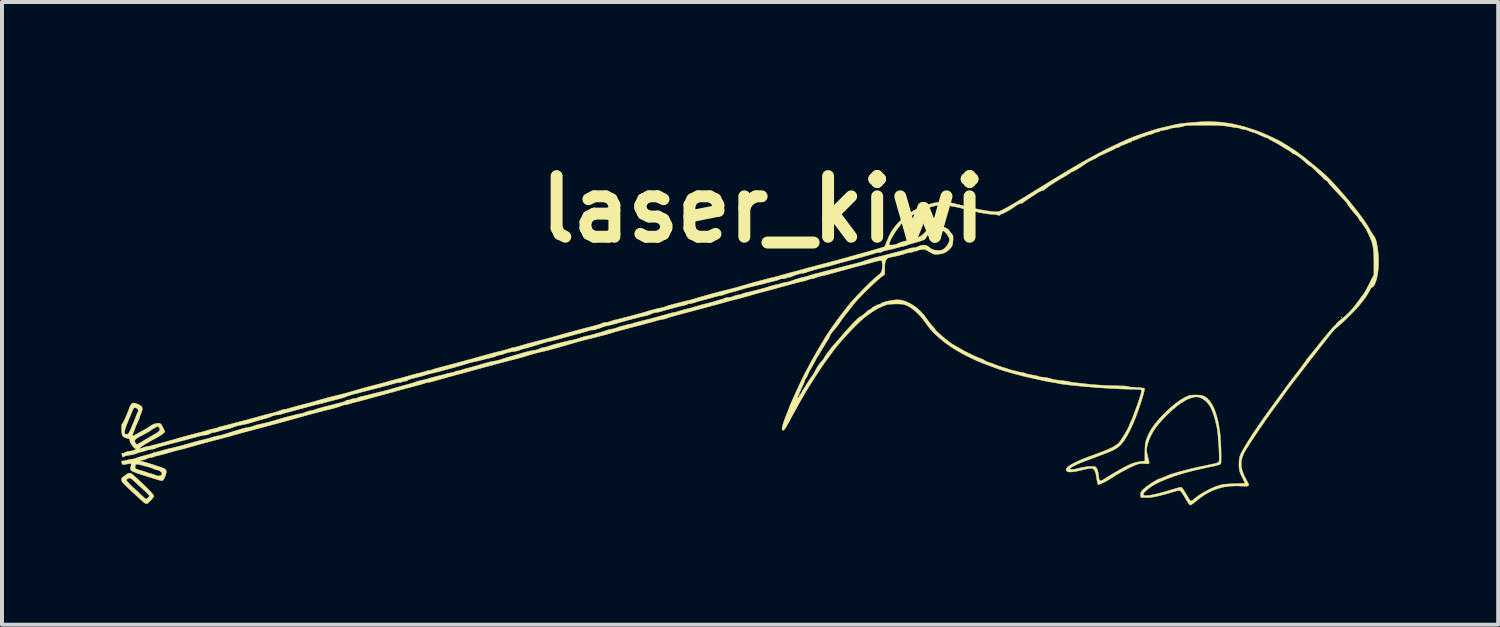
<source format=kicad_pcb>
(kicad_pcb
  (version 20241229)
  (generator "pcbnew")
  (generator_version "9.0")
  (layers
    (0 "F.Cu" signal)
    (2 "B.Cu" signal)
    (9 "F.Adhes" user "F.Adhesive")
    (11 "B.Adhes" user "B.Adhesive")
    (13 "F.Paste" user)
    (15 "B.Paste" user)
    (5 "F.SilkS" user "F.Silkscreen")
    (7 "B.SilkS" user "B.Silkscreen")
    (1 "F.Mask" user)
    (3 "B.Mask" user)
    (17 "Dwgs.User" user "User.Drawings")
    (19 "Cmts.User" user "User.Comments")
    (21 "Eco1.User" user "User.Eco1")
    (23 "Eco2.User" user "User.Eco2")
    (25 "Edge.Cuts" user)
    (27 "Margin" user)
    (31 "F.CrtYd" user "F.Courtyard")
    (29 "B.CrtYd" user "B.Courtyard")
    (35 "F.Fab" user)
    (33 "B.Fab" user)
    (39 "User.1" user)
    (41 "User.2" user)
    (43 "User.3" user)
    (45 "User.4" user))
  (footprint "laser_kiwi"
    (layer "F.Cu")
    (at 16.126 2.21)
    (property "Reference" "laser_kiwi" (at 0 0 0) (layer "F.SilkS") (effects (font (size 1.524 1.524) (thickness 0.3))))
    (attr through_hole)
    (fp_poly (pts (xy 0.914 4.665) (xy 0.906 4.674) (xy 0.897 4.665) (xy 0.906 4.657) (xy 0.914 4.665)) (stroke (width 0.01) (type solid)) (fill yes) (layer "F.SilkS"))
    (fp_poly (pts (xy 14.546 2.718) (xy 14.537 2.726) (xy 14.529 2.718) (xy 14.537 2.709) (xy 14.546 2.718)) (stroke (width 0.01) (type solid)) (fill yes) (layer "F.SilkS"))
    (fp_poly (pts (xy -15.892 6.635) (xy -15.88 6.637) (xy -15.864 6.648) (xy -15.828 6.678) (xy -15.78 6.72) (xy -15.745 6.752) (xy -15.622 6.867) (xy -15.517 6.968) (xy -15.432 7.054) (xy -15.368 7.122) (xy -15.326 7.172) (xy -15.308 7.202) (xy -15.308 7.205) (xy -15.319 7.23) (xy -15.348 7.268) (xy -15.386 7.311) (xy -15.427 7.353) (xy -15.464 7.385) (xy -15.488 7.399) (xy -15.49 7.399) (xy -15.515 7.392) (xy -15.529 7.386) (xy -15.55 7.371) (xy -15.591 7.337) (xy -15.647 7.288) (xy -15.714 7.227) (xy -15.775 7.171) (xy -15.876 7.077) (xy -15.955 7.003) (xy -16.015 6.945) (xy -16.059 6.903) (xy -16.088 6.871) (xy -16.106 6.848) (xy -16.116 6.831) (xy -16.12 6.815) (xy -16.12 6.803) (xy -16.009 6.803) (xy -15.943 6.877) (xy -15.89 6.933) (xy -15.829 6.992) (xy -15.8 7.019) (xy -15.748 7.065) (xy -15.686 7.123) (xy -15.625 7.18) (xy -15.621 7.184) (xy -15.573 7.228) (xy -15.535 7.262) (xy -15.513 7.28) (xy -15.51 7.281) (xy -15.491 7.273) (xy -15.464 7.255) (xy -15.436 7.227) (xy -15.426 7.204) (xy -15.427 7.194) (xy -15.431 7.183) (xy -15.442 7.168) (xy -15.464 7.145) (xy -15.5 7.111) (xy -15.553 7.062) (xy -15.626 6.994) (xy -15.646 6.977) (xy -15.71 6.918) (xy -15.767 6.865) (xy -15.813 6.823) (xy -15.839 6.797) (xy -15.839 6.797) (xy -15.888 6.759) (xy -15.931 6.752) (xy -15.971 6.772) (xy -16.009 6.803) (xy -16.12 6.803) (xy -16.121 6.8) (xy -16.121 6.792) (xy -16.117 6.756) (xy -16.107 6.74) (xy -16.107 6.739) (xy -16.087 6.729) (xy -16.051 6.703) (xy -16.025 6.681) (xy -15.977 6.647) (xy -15.937 6.63) (xy -15.924 6.629) (xy -15.892 6.635)) (stroke (width 0.01) (type solid)) (fill yes) (layer "F.SilkS"))
    (fp_poly (pts (xy 11.487 -2.192) (xy 11.78 -2.151) (xy 12.078 -2.081) (xy 12.386 -1.981) (xy 12.463 -1.952) (xy 12.547 -1.918) (xy 12.643 -1.877) (xy 12.742 -1.832) (xy 12.839 -1.787) (xy 12.924 -1.745) (xy 12.991 -1.711) (xy 13.022 -1.693) (xy 13.047 -1.678) (xy 13.093 -1.65) (xy 13.153 -1.613) (xy 13.191 -1.59) (xy 13.382 -1.466) (xy 13.589 -1.313) (xy 13.778 -1.16) (xy 13.848 -1.101) (xy 13.916 -1.045) (xy 13.973 -0.998) (xy 14.009 -0.969) (xy 14.095 -0.895) (xy 14.196 -0.798) (xy 14.309 -0.682) (xy 14.429 -0.551) (xy 14.554 -0.41) (xy 14.679 -0.263) (xy 14.802 -0.115) (xy 14.918 0.031) (xy 15.023 0.169) (xy 15.114 0.296) (xy 15.188 0.408) (xy 15.232 0.483) (xy 15.267 0.544) (xy 15.299 0.597) (xy 15.323 0.632) (xy 15.325 0.635) (xy 15.361 0.685) (xy 15.39 0.746) (xy 15.414 0.823) (xy 15.433 0.921) (xy 15.45 1.044) (xy 15.46 1.136) (xy 15.467 1.263) (xy 15.466 1.394) (xy 15.456 1.521) (xy 15.44 1.642) (xy 15.417 1.75) (xy 15.389 1.841) (xy 15.357 1.909) (xy 15.321 1.95) (xy 15.311 1.956) (xy 15.283 1.972) (xy 15.274 1.982) (xy 15.266 2) (xy 15.244 2.039) (xy 15.215 2.089) (xy 15.183 2.142) (xy 15.154 2.19) (xy 15.131 2.224) (xy 15.123 2.235) (xy 15.108 2.252) (xy 15.08 2.289) (xy 15.041 2.34) (xy 15.025 2.362) (xy 14.981 2.417) (xy 14.917 2.488) (xy 14.839 2.57) (xy 14.753 2.658) (xy 14.664 2.746) (xy 14.578 2.829) (xy 14.5 2.899) (xy 14.437 2.953) (xy 14.425 2.962) (xy 14.368 3.012) (xy 14.311 3.072) (xy 14.291 3.097) (xy 14.261 3.135) (xy 14.215 3.194) (xy 14.157 3.268) (xy 14.093 3.35) (xy 14.037 3.42) (xy 13.956 3.522) (xy 13.864 3.64) (xy 13.77 3.762) (xy 13.683 3.874) (xy 13.648 3.92) (xy 13.577 4.014) (xy 13.502 4.111) (xy 13.43 4.204) (xy 13.368 4.283) (xy 13.335 4.326) (xy 13.275 4.403) (xy 13.213 4.485) (xy 13.158 4.561) (xy 13.132 4.597) (xy 13.086 4.662) (xy 13.028 4.742) (xy 12.967 4.825) (xy 12.929 4.877) (xy 12.886 4.935) (xy 12.844 4.992) (xy 12.8 5.053) (xy 12.75 5.123) (xy 12.691 5.207) (xy 12.619 5.309) (xy 12.548 5.412) (xy 12.48 5.509) (xy 12.41 5.614) (xy 12.339 5.72) (xy 12.271 5.824) (xy 12.209 5.92) (xy 12.156 6.003) (xy 12.116 6.069) (xy 12.091 6.112) (xy 12.09 6.114) (xy 12.042 6.227) (xy 12.017 6.335) (xy 12.015 6.444) (xy 12.038 6.558) (xy 12.084 6.682) (xy 12.156 6.822) (xy 12.185 6.87) (xy 12.204 6.915) (xy 12.198 6.944) (xy 12.163 6.958) (xy 12.099 6.959) (xy 12.087 6.958) (xy 11.898 6.95) (xy 11.726 6.957) (xy 11.574 6.979) (xy 11.498 6.997) (xy 11.367 7.04) (xy 11.255 7.084) (xy 11.153 7.137) (xy 11.052 7.202) (xy 10.941 7.284) (xy 10.878 7.335) (xy 10.823 7.379) (xy 10.777 7.412) (xy 10.746 7.431) (xy 10.738 7.434) (xy 10.719 7.42) (xy 10.69 7.386) (xy 10.662 7.345) (xy 10.622 7.28) (xy 10.58 7.212) (xy 10.56 7.177) (xy 10.522 7.116) (xy 10.492 7.081) (xy 10.459 7.067) (xy 10.416 7.071) (xy 10.367 7.084) (xy 10.2 7.133) (xy 10.062 7.171) (xy 9.947 7.2) (xy 9.852 7.221) (xy 9.772 7.235) (xy 9.704 7.243) (xy 9.643 7.245) (xy 9.617 7.244) (xy 9.491 7.239) (xy 9.486 7.173) (xy 9.485 7.137) (xy 9.493 7.109) (xy 9.514 7.078) (xy 9.555 7.037) (xy 9.576 7.017) (xy 9.621 6.979) (xy 9.68 6.935) (xy 9.748 6.888) (xy 9.816 6.845) (xy 9.879 6.808) (xy 9.928 6.783) (xy 9.956 6.773) (xy 9.979 6.767) (xy 10.025 6.749) (xy 10.088 6.723) (xy 10.16 6.692) (xy 10.168 6.688) (xy 10.233 6.664) (xy 10.326 6.634) (xy 10.442 6.6) (xy 10.575 6.565) (xy 10.721 6.528) (xy 10.873 6.492) (xy 11.028 6.458) (xy 11.134 6.436) (xy 11.242 6.413) (xy 11.323 6.396) (xy 11.379 6.382) (xy 11.416 6.37) (xy 11.438 6.357) (xy 11.45 6.343) (xy 11.457 6.326) (xy 11.458 6.32) (xy 11.462 6.283) (xy 11.462 6.219) (xy 11.46 6.134) (xy 11.456 6.035) (xy 11.45 5.926) (xy 11.442 5.816) (xy 11.433 5.71) (xy 11.424 5.615) (xy 11.414 5.536) (xy 11.405 5.48) (xy 11.405 5.478) (xy 11.365 5.313) (xy 11.327 5.178) (xy 11.288 5.068) (xy 11.247 4.979) (xy 11.202 4.906) (xy 11.15 4.845) (xy 11.122 4.818) (xy 11.04 4.756) (xy 10.958 4.721) (xy 10.871 4.713) (xy 10.773 4.732) (xy 10.66 4.776) (xy 10.643 4.784) (xy 10.538 4.844) (xy 10.42 4.928) (xy 10.296 5.03) (xy 10.17 5.146) (xy 10.048 5.27) (xy 9.936 5.397) (xy 9.87 5.481) (xy 9.804 5.581) (xy 9.743 5.693) (xy 9.693 5.808) (xy 9.657 5.917) (xy 9.64 6.003) (xy 9.641 6.092) (xy 9.663 6.2) (xy 9.667 6.216) (xy 9.689 6.297) (xy 9.701 6.35) (xy 9.699 6.381) (xy 9.681 6.395) (xy 9.646 6.397) (xy 9.59 6.392) (xy 9.588 6.392) (xy 9.521 6.387) (xy 9.467 6.392) (xy 9.409 6.406) (xy 9.356 6.425) (xy 9.281 6.458) (xy 9.185 6.504) (xy 9.08 6.559) (xy 8.971 6.619) (xy 8.87 6.678) (xy 8.783 6.733) (xy 8.771 6.741) (xy 8.702 6.785) (xy 8.629 6.828) (xy 8.557 6.865) (xy 8.494 6.895) (xy 8.446 6.913) (xy 8.419 6.917) (xy 8.416 6.915) (xy 8.407 6.892) (xy 8.396 6.845) (xy 8.385 6.782) (xy 8.383 6.765) (xy 8.363 6.655) (xy 8.337 6.576) (xy 8.304 6.527) (xy 8.264 6.506) (xy 8.26 6.506) (xy 8.226 6.508) (xy 8.168 6.517) (xy 8.093 6.532) (xy 8.01 6.552) (xy 8.008 6.552) (xy 7.881 6.582) (xy 7.782 6.598) (xy 7.708 6.602) (xy 7.657 6.594) (xy 7.63 6.578) (xy 7.613 6.556) (xy 7.615 6.531) (xy 7.629 6.501) (xy 7.658 6.47) (xy 7.716 6.43) (xy 7.796 6.385) (xy 7.896 6.335) (xy 8.011 6.285) (xy 8.136 6.235) (xy 8.213 6.207) (xy 8.386 6.144) (xy 8.531 6.089) (xy 8.649 6.041) (xy 8.745 5.998) (xy 8.821 5.958) (xy 8.88 5.92) (xy 8.927 5.883) (xy 8.933 5.878) (xy 8.963 5.841) (xy 9.004 5.782) (xy 9.051 5.708) (xy 9.1 5.626) (xy 9.146 5.545) (xy 9.184 5.471) (xy 9.21 5.412) (xy 9.214 5.401) (xy 9.23 5.357) (xy 9.245 5.328) (xy 9.246 5.326) (xy 9.258 5.301) (xy 9.279 5.251) (xy 9.306 5.181) (xy 9.337 5.097) (xy 9.371 5.005) (xy 9.404 4.913) (xy 9.434 4.824) (xy 9.46 4.747) (xy 9.474 4.701) (xy 9.496 4.628) (xy 9.506 4.58) (xy 9.507 4.552) (xy 9.499 4.538) (xy 9.497 4.536) (xy 9.473 4.531) (xy 9.421 4.526) (xy 9.349 4.523) (xy 9.263 4.521) (xy 9.229 4.52) (xy 9.111 4.518) (xy 8.973 4.513) (xy 8.821 4.506) (xy 8.657 4.496) (xy 8.487 4.485) (xy 8.315 4.472) (xy 8.197 4.463) (xy 8.944 4.463) (xy 8.965 4.466) (xy 8.983 4.466) (xy 9.018 4.465) (xy 9.025 4.462) (xy 9.059 4.462) (xy 9.068 4.47) (xy 9.076 4.462) (xy 9.093 4.462) (xy 9.102 4.47) (xy 9.11 4.462) (xy 9.127 4.462) (xy 9.136 4.47) (xy 9.144 4.462) (xy 9.136 4.453) (xy 9.127 4.462) (xy 9.11 4.462) (xy 9.102 4.453) (xy 9.093 4.462) (xy 9.076 4.462) (xy 9.068 4.453) (xy 9.059 4.462) (xy 9.025 4.462) (xy 9.027 4.461) (xy 9.021 4.459) (xy 8.981 4.456) (xy 8.954 4.458) (xy 8.944 4.463) (xy 8.197 4.463) (xy 8.144 4.459) (xy 7.98 4.444) (xy 7.827 4.429) (xy 7.689 4.414) (xy 7.57 4.4) (xy 7.475 4.386) (xy 7.408 4.373) (xy 7.391 4.369) (xy 7.343 4.358) (xy 7.281 4.348) (xy 7.256 4.344) (xy 7.192 4.335) (xy 7.115 4.321) (xy 7.061 4.31) (xy 6.994 4.295) (xy 6.909 4.276) (xy 6.819 4.256) (xy 6.782 4.248) (xy 6.643 4.217) (xy 6.496 4.181) (xy 6.347 4.142) (xy 6.202 4.102) (xy 6.068 4.063) (xy 5.952 4.026) (xy 5.862 3.995) (xy 5.842 3.988) (xy 5.796 3.97) (xy 5.731 3.946) (xy 5.664 3.922) (xy 5.506 3.862) (xy 5.336 3.789) (xy 5.164 3.708) (xy 5 3.623) (xy 4.851 3.538) (xy 4.747 3.473) (xy 4.569 3.347) (xy 4.418 3.225) (xy 4.288 3.103) (xy 4.176 2.977) (xy 4.075 2.84) (xy 4.068 2.83) (xy 3.99 2.727) (xy 3.898 2.628) (xy 3.801 2.539) (xy 3.705 2.468) (xy 3.651 2.437) (xy 3.599 2.412) (xy 3.557 2.396) (xy 3.515 2.386) (xy 3.464 2.381) (xy 3.396 2.379) (xy 3.336 2.379) (xy 3.246 2.381) (xy 3.171 2.386) (xy 3.117 2.393) (xy 3.097 2.399) (xy 3.056 2.417) (xy 3.001 2.439) (xy 2.98 2.447) (xy 2.906 2.481) (xy 2.814 2.532) (xy 2.713 2.597) (xy 2.61 2.67) (xy 2.584 2.69) (xy 2.503 2.757) (xy 2.407 2.845) (xy 2.3 2.95) (xy 2.188 3.065) (xy 2.075 3.186) (xy 1.968 3.306) (xy 1.871 3.42) (xy 1.789 3.524) (xy 1.783 3.532) (xy 1.704 3.638) (xy 1.64 3.724) (xy 1.587 3.798) (xy 1.538 3.866) (xy 1.491 3.935) (xy 1.438 4.013) (xy 1.431 4.023) (xy 1.378 4.102) (xy 1.319 4.193) (xy 1.257 4.289) (xy 1.196 4.386) (xy 1.138 4.479) (xy 1.087 4.56) (xy 1.047 4.627) (xy 1.021 4.672) (xy 1.016 4.682) (xy 0.994 4.722) (xy 0.983 4.741) (xy 0.964 4.772) (xy 0.933 4.827) (xy 0.892 4.899) (xy 0.846 4.983) (xy 0.797 5.072) (xy 0.748 5.16) (xy 0.704 5.242) (xy 0.673 5.3) (xy 0.62 5.398) (xy 0.579 5.468) (xy 0.548 5.516) (xy 0.523 5.543) (xy 0.504 5.554) (xy 0.498 5.554) (xy 0.479 5.54) (xy 0.476 5.498) (xy 0.491 5.428) (xy 0.522 5.329) (xy 0.544 5.271) (xy 0.574 5.192) (xy 0.603 5.12) (xy 0.625 5.063) (xy 0.637 5.035) (xy 0.653 4.996) (xy 0.66 4.972) (xy 0.66 4.971) (xy 0.667 4.95) (xy 0.684 4.91) (xy 0.697 4.88) (xy 0.716 4.838) (xy 0.745 4.772) (xy 0.762 4.736) (xy 0.85 4.736) (xy 0.859 4.739) (xy 0.865 4.738) (xy 0.881 4.731) (xy 0.899 4.713) (xy 0.922 4.679) (xy 0.955 4.621) (xy 0.982 4.574) (xy 1.018 4.515) (xy 1.044 4.475) (xy 1.085 4.409) (xy 1.133 4.335) (xy 1.162 4.288) (xy 1.196 4.236) (xy 1.226 4.195) (xy 1.243 4.174) (xy 1.26 4.151) (xy 1.285 4.107) (xy 1.315 4.051) (xy 1.317 4.047) (xy 1.352 3.981) (xy 1.391 3.919) (xy 1.421 3.878) (xy 1.461 3.831) (xy 1.498 3.787) (xy 1.506 3.778) (xy 1.531 3.745) (xy 1.541 3.723) (xy 1.541 3.722) (xy 1.551 3.704) (xy 1.576 3.666) (xy 1.613 3.615) (xy 1.656 3.557) (xy 1.7 3.499) (xy 1.74 3.448) (xy 1.772 3.411) (xy 1.787 3.395) (xy 1.806 3.376) (xy 1.84 3.336) (xy 1.886 3.284) (xy 1.921 3.243) (xy 2.002 3.148) (xy 2.084 3.054) (xy 2.165 2.965) (xy 2.241 2.883) (xy 2.31 2.812) (xy 2.368 2.755) (xy 2.411 2.716) (xy 2.437 2.697) (xy 2.443 2.696) (xy 2.458 2.69) (xy 2.49 2.669) (xy 2.529 2.638) (xy 2.568 2.606) (xy 2.596 2.58) (xy 2.603 2.572) (xy 2.633 2.546) (xy 2.675 2.523) (xy 2.71 2.505) (xy 2.726 2.49) (xy 2.726 2.489) (xy 2.74 2.474) (xy 2.775 2.452) (xy 2.821 2.426) (xy 2.868 2.404) (xy 2.906 2.39) (xy 2.919 2.388) (xy 2.952 2.377) (xy 2.966 2.366) (xy 3.002 2.345) (xy 3.064 2.324) (xy 3.147 2.304) (xy 3.243 2.287) (xy 3.34 2.274) (xy 3.453 2.278) (xy 3.575 2.31) (xy 3.699 2.368) (xy 3.823 2.447) (xy 3.94 2.546) (xy 4.046 2.662) (xy 4.103 2.74) (xy 4.152 2.808) (xy 4.207 2.878) (xy 4.255 2.934) (xy 4.292 2.974) (xy 4.315 3.003) (xy 4.32 3.014) (xy 4.323 3.024) (xy 4.347 3.051) (xy 4.389 3.09) (xy 4.443 3.139) (xy 4.505 3.193) (xy 4.57 3.247) (xy 4.634 3.299) (xy 4.691 3.343) (xy 4.738 3.376) (xy 4.758 3.389) (xy 4.868 3.451) (xy 4.971 3.511) (xy 5.021 3.54) (xy 5.065 3.565) (xy 5.127 3.596) (xy 5.2 3.632) (xy 5.277 3.668) (xy 5.352 3.702) (xy 5.417 3.731) (xy 5.465 3.751) (xy 5.491 3.759) (xy 5.492 3.759) (xy 5.513 3.768) (xy 5.55 3.788) (xy 5.568 3.799) (xy 5.623 3.828) (xy 5.679 3.849) (xy 5.69 3.852) (xy 5.744 3.868) (xy 5.791 3.887) (xy 5.825 3.902) (xy 5.882 3.923) (xy 5.953 3.947) (xy 6.003 3.963) (xy 6.076 3.986) (xy 6.138 4.006) (xy 6.182 4.02) (xy 6.198 4.026) (xy 6.225 4.035) (xy 6.256 4.043) (xy 6.299 4.053) (xy 6.345 4.064) (xy 6.399 4.079) (xy 6.401 4.08) (xy 6.454 4.092) (xy 6.5 4.098) (xy 6.502 4.098) (xy 6.55 4.106) (xy 6.589 4.121) (xy 6.626 4.135) (xy 6.686 4.149) (xy 6.757 4.163) (xy 6.78 4.166) (xy 6.845 4.177) (xy 6.895 4.188) (xy 6.923 4.197) (xy 6.926 4.2) (xy 6.94 4.209) (xy 6.972 4.213) (xy 7.023 4.217) (xy 7.086 4.225) (xy 7.152 4.237) (xy 7.208 4.249) (xy 7.246 4.261) (xy 7.254 4.265) (xy 7.278 4.273) (xy 7.327 4.282) (xy 7.396 4.292) (xy 7.476 4.301) (xy 7.556 4.31) (xy 7.625 4.319) (xy 7.674 4.327) (xy 7.696 4.333) (xy 7.719 4.339) (xy 7.768 4.347) (xy 7.836 4.356) (xy 7.908 4.364) (xy 7.992 4.373) (xy 8.069 4.382) (xy 8.131 4.389) (xy 8.162 4.393) (xy 8.23 4.4) (xy 8.324 4.408) (xy 8.436 4.416) (xy 8.558 4.423) (xy 8.682 4.428) (xy 8.801 4.433) (xy 8.905 4.435) (xy 8.937 4.435) (xy 9.019 4.437) (xy 9.088 4.44) (xy 9.137 4.444) (xy 9.16 4.45) (xy 9.161 4.451) (xy 9.177 4.457) (xy 9.22 4.464) (xy 9.284 4.471) (xy 9.362 4.476) (xy 9.367 4.476) (xy 9.447 4.481) (xy 9.514 4.487) (xy 9.561 4.492) (xy 9.582 4.496) (xy 9.582 4.496) (xy 9.585 4.521) (xy 9.575 4.576) (xy 9.553 4.661) (xy 9.519 4.775) (xy 9.473 4.917) (xy 9.432 5.038) (xy 9.365 5.222) (xy 9.294 5.394) (xy 9.221 5.552) (xy 9.148 5.69) (xy 9.077 5.804) (xy 9.011 5.891) (xy 8.992 5.911) (xy 8.955 5.947) (xy 8.918 5.978) (xy 8.877 6.007) (xy 8.828 6.036) (xy 8.767 6.066) (xy 8.69 6.099) (xy 8.593 6.138) (xy 8.472 6.184) (xy 8.323 6.24) (xy 8.323 6.24) (xy 8.257 6.265) (xy 8.176 6.295) (xy 8.093 6.326) (xy 8.077 6.332) (xy 7.981 6.369) (xy 7.892 6.408) (xy 7.814 6.446) (xy 7.754 6.478) (xy 7.718 6.504) (xy 7.709 6.515) (xy 7.717 6.53) (xy 7.753 6.536) (xy 7.811 6.532) (xy 7.885 6.519) (xy 7.959 6.5) (xy 8.063 6.478) (xy 8.174 6.464) (xy 8.22 6.462) (xy 8.287 6.462) (xy 8.329 6.464) (xy 8.354 6.473) (xy 8.371 6.49) (xy 8.386 6.513) (xy 8.406 6.562) (xy 8.422 6.626) (xy 8.426 6.657) (xy 8.436 6.742) (xy 8.448 6.795) (xy 8.467 6.819) (xy 8.5 6.818) (xy 8.551 6.792) (xy 8.616 6.751) (xy 8.725 6.683) (xy 8.841 6.614) (xy 8.957 6.547) (xy 9.068 6.487) (xy 9.164 6.437) (xy 9.241 6.401) (xy 9.251 6.397) (xy 9.329 6.37) (xy 9.414 6.348) (xy 9.483 6.336) (xy 9.593 6.325) (xy 9.594 6.104) (xy 9.596 6.004) (xy 9.6 5.929) (xy 9.608 5.869) (xy 9.621 5.815) (xy 9.634 5.775) (xy 9.687 5.645) (xy 9.758 5.518) (xy 9.85 5.389) (xy 9.965 5.253) (xy 10.063 5.15) (xy 10.213 5.007) (xy 10.357 4.885) (xy 10.492 4.788) (xy 10.615 4.718) (xy 10.617 4.718) (xy 10.676 4.692) (xy 10.725 4.676) (xy 10.777 4.668) (xy 10.846 4.666) (xy 10.88 4.666) (xy 10.974 4.669) (xy 11.045 4.682) (xy 11.103 4.707) (xy 11.157 4.749) (xy 11.214 4.807) (xy 11.281 4.902) (xy 11.342 5.027) (xy 11.394 5.178) (xy 11.438 5.352) (xy 11.471 5.546) (xy 11.483 5.639) (xy 11.491 5.724) (xy 11.497 5.822) (xy 11.503 5.928) (xy 11.507 6.036) (xy 11.509 6.139) (xy 11.51 6.233) (xy 11.509 6.311) (xy 11.506 6.367) (xy 11.502 6.396) (xy 11.501 6.398) (xy 11.478 6.411) (xy 11.431 6.427) (xy 11.367 6.444) (xy 11.327 6.453) (xy 11.108 6.499) (xy 10.918 6.542) (xy 10.752 6.582) (xy 10.604 6.621) (xy 10.469 6.66) (xy 10.343 6.701) (xy 10.221 6.745) (xy 10.118 6.785) (xy 9.969 6.849) (xy 9.846 6.91) (xy 9.742 6.975) (xy 9.649 7.046) (xy 9.605 7.085) (xy 9.564 7.131) (xy 9.552 7.165) (xy 9.571 7.186) (xy 9.62 7.194) (xy 9.697 7.189) (xy 9.802 7.171) (xy 9.935 7.14) (xy 10.096 7.097) (xy 10.282 7.041) (xy 10.308 7.034) (xy 10.384 7.011) (xy 10.448 6.994) (xy 10.494 6.985) (xy 10.515 6.985) (xy 10.532 7.004) (xy 10.562 7.048) (xy 10.603 7.111) (xy 10.651 7.189) (xy 10.693 7.261) (xy 10.723 7.307) (xy 10.747 7.329) (xy 10.774 7.325) (xy 10.812 7.297) (xy 10.844 7.268) (xy 10.919 7.209) (xy 11.016 7.145) (xy 11.128 7.081) (xy 11.243 7.022) (xy 11.353 6.974) (xy 11.396 6.959) (xy 11.46 6.938) (xy 11.514 6.923) (xy 11.566 6.912) (xy 11.626 6.905) (xy 11.7 6.9) (xy 11.798 6.897) (xy 11.832 6.896) (xy 11.924 6.893) (xy 12.003 6.889) (xy 12.064 6.885) (xy 12.1 6.882) (xy 12.107 6.88) (xy 12.1 6.862) (xy 12.081 6.821) (xy 12.054 6.764) (xy 12.035 6.726) (xy 12 6.652) (xy 11.978 6.594) (xy 11.965 6.54) (xy 11.959 6.476) (xy 11.957 6.442) (xy 11.961 6.305) (xy 11.978 6.21) (xy 12.002 6.149) (xy 12.046 6.064) (xy 12.107 5.957) (xy 12.185 5.83) (xy 12.277 5.686) (xy 12.383 5.528) (xy 12.501 5.356) (xy 12.628 5.174) (xy 12.765 4.985) (xy 12.844 4.877) (xy 12.908 4.789) (xy 12.977 4.694) (xy 13.043 4.604) (xy 13.097 4.53) (xy 13.144 4.465) (xy 13.206 4.382) (xy 13.277 4.288) (xy 13.351 4.191) (xy 13.41 4.115) (xy 13.474 4.031) (xy 13.532 3.954) (xy 13.581 3.888) (xy 13.616 3.839) (xy 13.634 3.811) (xy 13.635 3.811) (xy 13.663 3.766) (xy 13.686 3.738) (xy 13.705 3.718) (xy 13.741 3.674) (xy 13.792 3.611) (xy 13.855 3.533) (xy 13.927 3.443) (xy 14.004 3.346) (xy 14.011 3.337) (xy 14.091 3.238) (xy 14.166 3.147) (xy 14.233 3.066) (xy 14.29 3) (xy 14.332 2.953) (xy 14.358 2.928) (xy 14.358 2.928) (xy 14.392 2.898) (xy 14.41 2.875) (xy 14.411 2.871) (xy 14.424 2.853) (xy 14.457 2.822) (xy 14.505 2.782) (xy 14.519 2.772) (xy 14.618 2.692) (xy 14.708 2.609) (xy 14.796 2.514) (xy 14.886 2.403) (xy 14.978 2.279) (xy 15.019 2.222) (xy 15.059 2.17) (xy 15.084 2.138) (xy 15.106 2.106) (xy 15.138 2.051) (xy 15.177 1.979) (xy 15.22 1.897) (xy 15.236 1.866) (xy 15.348 1.641) (xy 15.349 1.35) (xy 15.347 1.19) (xy 15.34 1.059) (xy 15.327 0.949) (xy 15.307 0.855) (xy 15.279 0.771) (xy 15.261 0.728) (xy 15.23 0.661) (xy 15.198 0.592) (xy 15.182 0.559) (xy 15.16 0.513) (xy 15.143 0.481) (xy 15.137 0.474) (xy 15.124 0.456) (xy 15.098 0.419) (xy 15.071 0.377) (xy 15.039 0.33) (xy 15.014 0.298) (xy 15.001 0.288) (xy 14.987 0.274) (xy 14.977 0.252) (xy 14.958 0.216) (xy 14.925 0.174) (xy 14.916 0.163) (xy 14.874 0.116) (xy 14.827 0.06) (xy 14.779 0.001) (xy 14.736 -0.055) (xy 14.702 -0.101) (xy 14.684 -0.131) (xy 14.681 -0.138) (xy 14.67 -0.158) (xy 14.642 -0.193) (xy 14.621 -0.217) (xy 14.496 -0.347) (xy 14.391 -0.458) (xy 14.307 -0.548) (xy 14.246 -0.617) (xy 14.207 -0.664) (xy 14.191 -0.687) (xy 14.191 -0.689) (xy 14.176 -0.71) (xy 14.158 -0.719) (xy 14.128 -0.737) (xy 14.088 -0.772) (xy 14.064 -0.797) (xy 14.031 -0.832) (xy 14.009 -0.854) (xy 14.004 -0.856) (xy 13.993 -0.864) (xy 13.964 -0.892) (xy 13.921 -0.934) (xy 13.89 -0.966) (xy 13.838 -1.017) (xy 13.794 -1.056) (xy 13.764 -1.08) (xy 13.755 -1.084) (xy 13.734 -1.095) (xy 13.695 -1.123) (xy 13.646 -1.165) (xy 13.628 -1.182) (xy 13.572 -1.232) (xy 13.519 -1.277) (xy 13.479 -1.308) (xy 13.472 -1.313) (xy 13.404 -1.358) (xy 13.358 -1.385) (xy 13.332 -1.395) (xy 13.323 -1.394) (xy 13.306 -1.401) (xy 13.288 -1.422) (xy 13.266 -1.444) (xy 13.253 -1.445) (xy 13.243 -1.447) (xy 13.242 -1.453) (xy 13.231 -1.472) (xy 13.226 -1.473) (xy 13.205 -1.482) (xy 13.163 -1.505) (xy 13.107 -1.539) (xy 13.069 -1.563) (xy 12.994 -1.61) (xy 12.915 -1.656) (xy 12.847 -1.693) (xy 12.827 -1.703) (xy 12.771 -1.732) (xy 12.726 -1.758) (xy 12.703 -1.774) (xy 12.675 -1.792) (xy 12.663 -1.795) (xy 12.632 -1.803) (xy 12.574 -1.826) (xy 12.492 -1.862) (xy 12.438 -1.888) (xy 12.377 -1.914) (xy 12.319 -1.934) (xy 12.294 -1.94) (xy 12.243 -1.955) (xy 12.202 -1.973) (xy 12.201 -1.974) (xy 12.164 -1.989) (xy 12.11 -2.003) (xy 12.078 -2.008) (xy 12.028 -2.016) (xy 11.996 -2.025) (xy 11.989 -2.031) (xy 11.974 -2.039) (xy 11.938 -2.045) (xy 11.934 -2.046) (xy 11.885 -2.051) (xy 11.821 -2.061) (xy 11.786 -2.067) (xy 11.692 -2.083) (xy 11.604 -2.096) (xy 11.513 -2.104) (xy 11.412 -2.11) (xy 11.293 -2.113) (xy 11.149 -2.113) (xy 11.117 -2.113) (xy 10.973 -2.113) (xy 10.859 -2.112) (xy 10.77 -2.111) (xy 10.704 -2.109) (xy 10.655 -2.106) (xy 10.619 -2.102) (xy 10.593 -2.097) (xy 10.572 -2.09) (xy 10.566 -2.088) (xy 10.528 -2.077) (xy 10.469 -2.067) (xy 10.399 -2.058) (xy 10.388 -2.057) (xy 10.318 -2.048) (xy 10.256 -2.037) (xy 10.215 -2.025) (xy 10.211 -2.023) (xy 10.17 -2.009) (xy 10.112 -1.996) (xy 10.071 -1.989) (xy 10.019 -1.981) (xy 9.984 -1.971) (xy 9.974 -1.964) (xy 9.959 -1.954) (xy 9.921 -1.944) (xy 9.898 -1.94) (xy 9.852 -1.93) (xy 9.825 -1.919) (xy 9.821 -1.915) (xy 9.806 -1.904) (xy 9.767 -1.891) (xy 9.719 -1.879) (xy 9.664 -1.866) (xy 9.624 -1.852) (xy 9.608 -1.843) (xy 9.585 -1.831) (xy 9.571 -1.829) (xy 9.541 -1.822) (xy 9.493 -1.804) (xy 9.435 -1.778) (xy 9.435 -1.778) (xy 9.376 -1.752) (xy 9.326 -1.734) (xy 9.295 -1.727) (xy 9.268 -1.72) (xy 9.263 -1.71) (xy 9.25 -1.694) (xy 9.245 -1.693) (xy 9.22 -1.687) (xy 9.176 -1.67) (xy 9.134 -1.651) (xy 9.081 -1.628) (xy 9.038 -1.613) (xy 9.019 -1.609) (xy 8.989 -1.597) (xy 8.976 -1.584) (xy 8.945 -1.564) (xy 8.902 -1.548) (xy 8.862 -1.537) (xy 8.84 -1.525) (xy 8.839 -1.524) (xy 8.821 -1.512) (xy 8.779 -1.491) (xy 8.72 -1.463) (xy 8.678 -1.444) (xy 8.608 -1.412) (xy 8.545 -1.384) (xy 8.498 -1.363) (xy 8.484 -1.357) (xy 8.439 -1.333) (xy 8.391 -1.304) (xy 8.39 -1.304) (xy 8.358 -1.283) (xy 8.326 -1.266) (xy 8.283 -1.245) (xy 8.225 -1.219) (xy 8.194 -1.204) (xy 8.16 -1.185) (xy 8.115 -1.155) (xy 8.053 -1.112) (xy 8.035 -1.1) (xy 7.982 -1.064) (xy 7.922 -1.026) (xy 7.863 -0.991) (xy 7.811 -0.963) (xy 7.773 -0.944) (xy 7.756 -0.939) (xy 7.755 -0.94) (xy 7.745 -0.937) (xy 7.722 -0.918) (xy 7.692 -0.896) (xy 7.641 -0.863) (xy 7.579 -0.826) (xy 7.557 -0.813) (xy 7.463 -0.759) (xy 7.367 -0.701) (xy 7.276 -0.643) (xy 7.195 -0.59) (xy 7.132 -0.544) (xy 7.092 -0.513) (xy 7.062 -0.486) (xy 7.043 -0.475) (xy 7.042 -0.475) (xy 7.017 -0.474) (xy 6.973 -0.456) (xy 6.915 -0.426) (xy 6.858 -0.39) (xy 6.792 -0.346) (xy 6.716 -0.296) (xy 6.663 -0.261) (xy 6.609 -0.225) (xy 6.565 -0.194) (xy 6.54 -0.174) (xy 6.539 -0.174) (xy 6.51 -0.155) (xy 6.497 -0.151) (xy 6.452 -0.144) (xy 6.409 -0.127) (xy 6.357 -0.093) (xy 6.328 -0.072) (xy 6.272 -0.033) (xy 6.206 0.009) (xy 6.136 0.049) (xy 6.071 0.083) (xy 6.019 0.108) (xy 5.986 0.118) (xy 5.983 0.119) (xy 5.963 0.129) (xy 5.961 0.135) (xy 5.947 0.149) (xy 5.918 0.152) (xy 5.89 0.143) (xy 5.886 0.14) (xy 5.863 0.132) (xy 5.82 0.127) (xy 5.893 0.127) (xy 5.901 0.135) (xy 5.91 0.127) (xy 5.927 0.127) (xy 5.935 0.135) (xy 5.944 0.127) (xy 5.935 0.119) (xy 5.927 0.127) (xy 5.91 0.127) (xy 5.901 0.119) (xy 5.893 0.127) (xy 5.82 0.127) (xy 5.818 0.127) (xy 5.777 0.125) (xy 5.713 0.122) (xy 5.655 0.117) (xy 5.63 0.113) (xy 5.582 0.105) (xy 5.521 0.096) (xy 5.495 0.092) (xy 5.443 0.083) (xy 5.404 0.074) (xy 5.393 0.07) (xy 5.364 0.061) (xy 5.334 0.057) (xy 5.276 0.049) (xy 5.208 0.037) (xy 5.142 0.023) (xy 5.09 0.008) (xy 5.072 0.001) (xy 5.02 -0.018) (xy 4.944 -0.039) (xy 4.851 -0.059) (xy 4.749 -0.078) (xy 4.649 -0.094) (xy 4.558 -0.105) (xy 4.484 -0.11) (xy 4.453 -0.109) (xy 4.341 -0.093) (xy 4.214 -0.06) (xy 4.086 -0.016) (xy 4.016 0.013) (xy 3.964 0.036) (xy 3.926 0.053) (xy 3.912 0.059) (xy 3.892 0.068) (xy 3.861 0.085) (xy 3.818 0.109) (xy 3.766 0.138) (xy 3.756 0.143) (xy 3.708 0.175) (xy 3.651 0.219) (xy 3.62 0.246) (xy 3.571 0.289) (xy 3.524 0.327) (xy 3.5 0.343) (xy 3.469 0.368) (xy 3.454 0.387) (xy 3.454 0.388) (xy 3.444 0.408) (xy 3.417 0.442) (xy 3.404 0.457) (xy 3.365 0.504) (xy 3.321 0.57) (xy 3.274 0.644) (xy 3.232 0.718) (xy 3.198 0.784) (xy 3.178 0.834) (xy 3.176 0.842) (xy 3.164 0.897) (xy 3.244 0.897) (xy 3.313 0.889) (xy 3.373 0.868) (xy 3.376 0.866) (xy 3.404 0.852) (xy 3.434 0.838) (xy 3.474 0.824) (xy 3.529 0.808) (xy 3.606 0.788) (xy 3.702 0.764) (xy 3.817 0.733) (xy 3.906 0.7) (xy 3.975 0.664) (xy 4.032 0.619) (xy 4.083 0.563) (xy 4.083 0.563) (xy 4.168 0.477) (xy 4.261 0.425) (xy 4.362 0.405) (xy 4.47 0.418) (xy 4.585 0.464) (xy 4.618 0.483) (xy 4.654 0.508) (xy 4.673 0.526) (xy 4.673 0.529) (xy 4.684 0.547) (xy 4.71 0.581) (xy 4.727 0.601) (xy 4.754 0.634) (xy 4.769 0.662) (xy 4.775 0.697) (xy 4.774 0.748) (xy 4.772 0.787) (xy 4.766 0.855) (xy 4.756 0.902) (xy 4.738 0.938) (xy 4.709 0.976) (xy 4.706 0.979) (xy 4.63 1.052) (xy 4.549 1.098) (xy 4.451 1.122) (xy 4.409 1.127) (xy 4.349 1.132) (xy 4.306 1.13) (xy 4.268 1.118) (xy 4.223 1.094) (xy 4.18 1.069) (xy 4.121 1.034) (xy 4.078 1.014) (xy 4.041 1.007) (xy 3.999 1.009) (xy 3.981 1.011) (xy 3.93 1.019) (xy 3.894 1.029) (xy 3.885 1.035) (xy 3.863 1.046) (xy 3.827 1.05) (xy 3.788 1.055) (xy 3.768 1.067) (xy 3.745 1.078) (xy 3.704 1.084) (xy 3.701 1.084) (xy 3.652 1.09) (xy 3.59 1.106) (xy 3.562 1.116) (xy 3.505 1.135) (xy 3.431 1.155) (xy 3.334 1.178) (xy 3.211 1.203) (xy 3.17 1.211) (xy 3.123 1.23) (xy 3.09 1.267) (xy 3.069 1.326) (xy 3.058 1.411) (xy 3.057 1.484) (xy 3.056 1.638) (xy 3 1.678) (xy 2.94 1.725) (xy 2.864 1.791) (xy 2.775 1.872) (xy 2.679 1.963) (xy 2.581 2.058) (xy 2.487 2.154) (xy 2.401 2.243) (xy 2.329 2.323) (xy 2.275 2.386) (xy 2.261 2.404) (xy 2.237 2.436) (xy 2.197 2.487) (xy 2.148 2.55) (xy 2.1 2.61) (xy 2.048 2.676) (xy 2.002 2.737) (xy 1.968 2.785) (xy 1.951 2.812) (xy 1.929 2.846) (xy 1.893 2.895) (xy 1.85 2.95) (xy 1.846 2.955) (xy 1.798 3.013) (xy 1.754 3.068) (xy 1.72 3.109) (xy 1.72 3.11) (xy 1.692 3.149) (xy 1.677 3.182) (xy 1.676 3.187) (xy 1.667 3.215) (xy 1.643 3.257) (xy 1.629 3.278) (xy 1.598 3.323) (xy 1.575 3.359) (xy 1.569 3.37) (xy 1.552 3.402) (xy 1.528 3.44) (xy 1.504 3.479) (xy 1.471 3.534) (xy 1.441 3.584) (xy 1.411 3.635) (xy 1.386 3.674) (xy 1.374 3.691) (xy 1.36 3.71) (xy 1.339 3.749) (xy 1.325 3.776) (xy 1.296 3.833) (xy 1.261 3.897) (xy 1.226 3.961) (xy 1.195 4.014) (xy 1.173 4.05) (xy 1.169 4.056) (xy 1.156 4.08) (xy 1.137 4.125) (xy 1.126 4.153) (xy 1.104 4.203) (xy 1.082 4.241) (xy 1.073 4.252) (xy 1.053 4.28) (xy 1.05 4.294) (xy 1.043 4.318) (xy 1.024 4.365) (xy 0.997 4.427) (xy 0.972 4.48) (xy 0.939 4.549) (xy 0.913 4.608) (xy 0.896 4.65) (xy 0.891 4.665) (xy 0.878 4.696) (xy 0.864 4.715) (xy 0.85 4.736) (xy 0.762 4.736) (xy 0.783 4.689) (xy 0.824 4.597) (xy 0.857 4.524) (xy 0.96 4.304) (xy 1.075 4.074) (xy 1.206 3.831) (xy 1.353 3.57) (xy 1.52 3.289) (xy 1.558 3.226) (xy 1.616 3.135) (xy 1.689 3.026) (xy 1.773 2.906) (xy 1.861 2.784) (xy 1.948 2.666) (xy 2.014 2.58) (xy 2.063 2.518) (xy 2.104 2.466) (xy 2.134 2.428) (xy 2.146 2.412) (xy 2.193 2.354) (xy 2.258 2.281) (xy 2.336 2.196) (xy 2.423 2.104) (xy 2.514 2.01) (xy 2.605 1.919) (xy 2.692 1.834) (xy 2.77 1.761) (xy 2.835 1.703) (xy 2.881 1.666) (xy 2.884 1.664) (xy 2.93 1.626) (xy 2.966 1.584) (xy 2.973 1.573) (xy 2.986 1.53) (xy 2.995 1.471) (xy 2.997 1.407) (xy 2.994 1.348) (xy 2.985 1.305) (xy 2.976 1.291) (xy 2.952 1.287) (xy 2.901 1.294) (xy 2.823 1.312) (xy 2.752 1.332) (xy 2.666 1.356) (xy 2.586 1.378) (xy 2.521 1.395) (xy 2.481 1.405) (xy 2.434 1.417) (xy 2.367 1.434) (xy 2.289 1.455) (xy 2.252 1.465) (xy 2.073 1.515) (xy 1.923 1.556) (xy 1.799 1.59) (xy 1.698 1.617) (xy 1.618 1.639) (xy 1.554 1.655) (xy 1.504 1.667) (xy 1.465 1.676) (xy 1.448 1.679) (xy 1.388 1.694) (xy 1.335 1.713) (xy 1.318 1.72) (xy 1.27 1.738) (xy 1.231 1.744) (xy 1.188 1.751) (xy 1.136 1.767) (xy 1.125 1.771) (xy 1.065 1.792) (xy 0.998 1.81) (xy 0.983 1.813) (xy 0.937 1.823) (xy 0.868 1.84) (xy 0.784 1.862) (xy 0.695 1.886) (xy 0.686 1.888) (xy 0.566 1.921) (xy 0.451 1.952) (xy 0.332 1.985) (xy 0.202 2.02) (xy 0.051 2.06) (xy -0.034 2.083) (xy -0.129 2.109) (xy -0.231 2.137) (xy -0.323 2.164) (xy -0.373 2.178) (xy -0.459 2.202) (xy -0.56 2.23) (xy -0.656 2.255) (xy -0.677 2.26) (xy -0.76 2.281) (xy -0.843 2.303) (xy -0.911 2.322) (xy -0.931 2.328) (xy -0.991 2.345) (xy -1.069 2.367) (xy -1.153 2.389) (xy -1.185 2.398) (xy -1.266 2.419) (xy -1.346 2.44) (xy -1.411 2.458) (xy -1.431 2.463) (xy -1.463 2.472) (xy -1.503 2.483) (xy -1.553 2.496) (xy -1.618 2.514) (xy -1.702 2.536) (xy -1.81 2.565) (xy -1.944 2.601) (xy -2.007 2.617) (xy -2.144 2.654) (xy -2.251 2.684) (xy -2.331 2.707) (xy -2.388 2.724) (xy -2.424 2.737) (xy -2.438 2.743) (xy -2.482 2.757) (xy -2.509 2.761) (xy -2.543 2.765) (xy -2.599 2.778) (xy -2.667 2.796) (xy -2.692 2.803) (xy -2.763 2.824) (xy -2.855 2.849) (xy -2.959 2.877) (xy -3.063 2.905) (xy -3.09 2.912) (xy -3.192 2.938) (xy -3.295 2.965) (xy -3.389 2.99) (xy -3.463 3.01) (xy -3.48 3.014) (xy -3.553 3.034) (xy -3.624 3.053) (xy -3.677 3.067) (xy -3.683 3.068) (xy -3.735 3.083) (xy -3.778 3.097) (xy -3.785 3.1) (xy -3.812 3.109) (xy -3.867 3.125) (xy -3.941 3.146) (xy -4.029 3.169) (xy -4.125 3.194) (xy -4.222 3.219) (xy -4.314 3.242) (xy -4.386 3.259) (xy -4.485 3.284) (xy -4.616 3.319) (xy -4.779 3.365) (xy -4.851 3.387) (xy -5.047 3.443) (xy -5.212 3.489) (xy -5.35 3.527) (xy -5.461 3.556) (xy -5.537 3.574) (xy -5.625 3.594) (xy -5.718 3.618) (xy -5.808 3.642) (xy -5.883 3.664) (xy -5.927 3.678) (xy -5.986 3.697) (xy -6.072 3.722) (xy -6.179 3.751) (xy -6.3 3.783) (xy -6.375 3.802) (xy -6.488 3.831) (xy -6.623 3.866) (xy -6.772 3.906) (xy -6.924 3.947) (xy -7.071 3.986) (xy -7.202 4.022) (xy -7.29 4.047) (xy -7.349 4.063) (xy -7.431 4.086) (xy -7.528 4.112) (xy -7.63 4.139) (xy -7.671 4.15) (xy -7.826 4.192) (xy -7.954 4.227) (xy -8.06 4.256) (xy -8.15 4.282) (xy -8.23 4.305) (xy -8.277 4.319) (xy -8.339 4.336) (xy -8.394 4.348) (xy -8.425 4.352) (xy -8.47 4.358) (xy -8.497 4.368) (xy -8.525 4.378) (xy -8.577 4.394) (xy -8.646 4.414) (xy -8.704 4.429) (xy -8.84 4.465) (xy -8.995 4.506) (xy -9.155 4.55) (xy -9.307 4.593) (xy -9.322 4.597) (xy -9.376 4.611) (xy -9.45 4.632) (xy -9.533 4.654) (xy -9.576 4.665) (xy -9.663 4.689) (xy -9.769 4.718) (xy -9.877 4.748) (xy -9.957 4.77) (xy -10.044 4.794) (xy -10.125 4.816) (xy -10.192 4.833) (xy -10.235 4.844) (xy -10.236 4.844) (xy -10.297 4.859) (xy -10.364 4.879) (xy -10.378 4.884) (xy -10.433 4.901) (xy -10.482 4.91) (xy -10.495 4.911) (xy -10.537 4.918) (xy -10.59 4.935) (xy -10.607 4.942) (xy -10.653 4.96) (xy -10.722 4.981) (xy -10.802 5.004) (xy -10.854 5.017) (xy -11.03 5.06) (xy -11.215 5.108) (xy -11.395 5.155) (xy -11.559 5.201) (xy -11.608 5.215) (xy -11.715 5.245) (xy -11.848 5.282) (xy -11.999 5.323) (xy -12.16 5.367) (xy -12.323 5.411) (xy -12.48 5.453) (xy -12.578 5.479) (xy -12.685 5.507) (xy -12.784 5.534) (xy -12.835 5.548) (xy -12.916 5.569) (xy -12.996 5.591) (xy -13.061 5.608) (xy -13.081 5.613) (xy -13.133 5.627) (xy -13.207 5.648) (xy -13.291 5.671) (xy -13.352 5.688) (xy -13.44 5.712) (xy -13.548 5.742) (xy -13.663 5.773) (xy -13.773 5.802) (xy -13.792 5.807) (xy -13.949 5.848) (xy -14.078 5.883) (xy -14.185 5.912) (xy -14.276 5.937) (xy -14.357 5.96) (xy -14.419 5.978) (xy -14.499 6.001) (xy -14.587 6.024) (xy -14.647 6.038) (xy -14.715 6.055) (xy -14.8 6.078) (xy -14.887 6.103) (xy -14.918 6.112) (xy -15.002 6.136) (xy -15.086 6.159) (xy -15.158 6.177) (xy -15.181 6.182) (xy -15.237 6.195) (xy -15.281 6.208) (xy -15.299 6.215) (xy -15.325 6.225) (xy -15.371 6.235) (xy -15.392 6.238) (xy -15.448 6.251) (xy -15.495 6.268) (xy -15.505 6.274) (xy -15.548 6.292) (xy -15.6 6.302) (xy -15.601 6.302) (xy -15.638 6.309) (xy -15.652 6.321) (xy -15.64 6.331) (xy -15.617 6.333) (xy -15.593 6.338) (xy -15.544 6.352) (xy -15.476 6.372) (xy -15.396 6.396) (xy -15.311 6.423) (xy -15.228 6.45) (xy -15.153 6.475) (xy -15.093 6.495) (xy -15.066 6.505) (xy -15.02 6.532) (xy -14.998 6.569) (xy -15 6.623) (xy -15.013 6.676) (xy -15.035 6.732) (xy -15.059 6.779) (xy -15.072 6.797) (xy -15.079 6.806) (xy -15.085 6.813) (xy -15.093 6.818) (xy -15.107 6.819) (xy -15.129 6.816) (xy -15.163 6.808) (xy -15.214 6.794) (xy -15.283 6.773) (xy -15.375 6.744) (xy -15.493 6.707) (xy -15.621 6.667) (xy -15.705 6.639) (xy -15.779 6.612) (xy -15.837 6.588) (xy -15.871 6.57) (xy -15.874 6.567) (xy -15.895 6.543) (xy -15.899 6.515) (xy -15.892 6.479) (xy -15.782 6.479) (xy -15.779 6.501) (xy -15.765 6.518) (xy -15.735 6.533) (xy -15.683 6.55) (xy -15.631 6.564) (xy -15.568 6.582) (xy -15.511 6.602) (xy -15.487 6.611) (xy -15.431 6.631) (xy -15.375 6.645) (xy -15.321 6.659) (xy -15.274 6.679) (xy -15.209 6.702) (xy -15.151 6.695) (xy -15.137 6.688) (xy -15.111 6.664) (xy -15.105 6.646) (xy -15.119 6.61) (xy -15.153 6.576) (xy -15.195 6.555) (xy -15.21 6.553) (xy -15.249 6.546) (xy -15.3 6.528) (xy -15.316 6.521) (xy -15.37 6.499) (xy -15.44 6.476) (xy -15.494 6.461) (xy -15.565 6.444) (xy -15.635 6.425) (xy -15.677 6.414) (xy -15.733 6.404) (xy -15.766 6.416) (xy -15.78 6.453) (xy -15.782 6.479) (xy -15.892 6.479) (xy -15.889 6.469) (xy -15.889 6.468) (xy -15.881 6.423) (xy -15.883 6.394) (xy -15.886 6.391) (xy -15.91 6.389) (xy -15.955 6.395) (xy -15.995 6.403) (xy -16.051 6.414) (xy -16.083 6.415) (xy -16.1 6.406) (xy -16.105 6.4) (xy -16.117 6.369) (xy -16.12 6.34) (xy -16.113 6.323) (xy -16.106 6.323) (xy -16.082 6.324) (xy -16.038 6.316) (xy -16.008 6.308) (xy -15.95 6.293) (xy -15.897 6.284) (xy -15.88 6.282) (xy -15.837 6.276) (xy -15.78 6.26) (xy -15.753 6.251) (xy -15.698 6.232) (xy -15.624 6.209) (xy -15.544 6.188) (xy -15.52 6.181) (xy -15.451 6.164) (xy -15.394 6.147) (xy -15.358 6.135) (xy -15.35 6.131) (xy -15.322 6.118) (xy -15.282 6.108) (xy -15.241 6.099) (xy -15.18 6.083) (xy -15.112 6.064) (xy -15.105 6.062) (xy -15.033 6.041) (xy -14.964 6.023) (xy -14.912 6.011) (xy -14.91 6.01) (xy -14.806 5.987) (xy -14.68 5.955) (xy -14.54 5.918) (xy -14.396 5.877) (xy -14.351 5.864) (xy -14.265 5.839) (xy -14.183 5.817) (xy -14.115 5.8) (xy -14.072 5.791) (xy -14.018 5.778) (xy -13.947 5.759) (xy -13.871 5.737) (xy -13.86 5.733) (xy -13.792 5.713) (xy -13.732 5.698) (xy -13.691 5.69) (xy -13.685 5.69) (xy -13.654 5.684) (xy -13.598 5.67) (xy -13.527 5.649) (xy -13.448 5.624) (xy -13.363 5.597) (xy -13.282 5.571) (xy -13.215 5.55) (xy -13.174 5.539) (xy -13.114 5.522) (xy -13.059 5.506) (xy -13.046 5.502) (xy -12.999 5.491) (xy -12.962 5.486) (xy -12.921 5.48) (xy -12.86 5.464) (xy -12.791 5.44) (xy -12.776 5.435) (xy -12.734 5.421) (xy -12.692 5.411) (xy -12.59 5.388) (xy -12.494 5.366) (xy -12.394 5.34) (xy -12.282 5.308) (xy -12.148 5.268) (xy -12.143 5.267) (xy -12.06 5.243) (xy -11.965 5.217) (xy -11.865 5.191) (xy -11.768 5.167) (xy -11.685 5.148) (xy -11.622 5.134) (xy -11.608 5.132) (xy -11.546 5.116) (xy -11.487 5.094) (xy -11.482 5.092) (xy -11.431 5.072) (xy -11.382 5.063) (xy -11.379 5.063) (xy -11.332 5.056) (xy -11.278 5.04) (xy -11.272 5.038) (xy -11.226 5.021) (xy -11.149 4.998) (xy -11.045 4.969) (xy -10.917 4.935) (xy -10.767 4.897) (xy -10.71 4.882) (xy -10.654 4.868) (xy -10.61 4.857) (xy -10.592 4.853) (xy -10.529 4.835) (xy -10.495 4.822) (xy -10.482 4.81) (xy -10.482 4.807) (xy -10.467 4.797) (xy -10.43 4.792) (xy -10.423 4.792) (xy -10.381 4.788) (xy -10.356 4.777) (xy -10.355 4.775) (xy -10.332 4.764) (xy -10.29 4.759) (xy -10.279 4.758) (xy -10.234 4.755) (xy -10.206 4.746) (xy -10.204 4.743) (xy -10.193 4.734) (xy -10.169 4.724) (xy -10.126 4.712) (xy -10.058 4.697) (xy -10.033 4.691) (xy -9.982 4.679) (xy -9.913 4.662) (xy -9.841 4.644) (xy -9.838 4.643) (xy -9.757 4.623) (xy -9.669 4.601) (xy -9.601 4.584) (xy -9.548 4.571) (xy -9.492 4.557) (xy -9.425 4.538) (xy -9.342 4.515) (xy -9.237 4.485) (xy -9.127 4.454) (xy -9.047 4.431) (xy -8.958 4.407) (xy -8.907 4.393) (xy -8.845 4.376) (xy -8.792 4.361) (xy -8.763 4.351) (xy -8.702 4.328) (xy -8.654 4.314) (xy -8.605 4.303) (xy -8.594 4.301) (xy -8.543 4.289) (xy -8.475 4.272) (xy -8.403 4.252) (xy -8.399 4.251) (xy -8.315 4.227) (xy -8.244 4.207) (xy -8.17 4.188) (xy -8.086 4.168) (xy -8.021 4.151) (xy -7.955 4.133) (xy -7.95 4.131) (xy -7.888 4.116) (xy -7.825 4.104) (xy -7.819 4.103) (xy -7.775 4.094) (xy -7.748 4.082) (xy -7.746 4.079) (xy -7.723 4.067) (xy -7.7 4.064) (xy -7.661 4.059) (xy -7.609 4.045) (xy -7.595 4.041) (xy -7.546 4.025) (xy -7.477 4.005) (xy -7.402 3.985) (xy -7.383 3.98) (xy -7.297 3.957) (xy -7.198 3.929) (xy -7.102 3.902) (xy -7.078 3.894) (xy -6.988 3.868) (xy -6.919 3.849) (xy -6.859 3.834) (xy -6.798 3.822) (xy -6.739 3.812) (xy -6.673 3.798) (xy -6.603 3.778) (xy -6.587 3.773) (xy -6.532 3.754) (xy -6.459 3.732) (xy -6.385 3.71) (xy -6.384 3.71) (xy -6.307 3.688) (xy -6.215 3.66) (xy -6.123 3.633) (xy -6.096 3.624) (xy -6.02 3.602) (xy -5.949 3.582) (xy -5.894 3.568) (xy -5.876 3.565) (xy -5.82 3.555) (xy -5.755 3.544) (xy -5.74 3.542) (xy -5.679 3.527) (xy -5.622 3.506) (xy -5.61 3.5) (xy -5.561 3.48) (xy -5.517 3.471) (xy -5.515 3.471) (xy -5.475 3.465) (xy -5.421 3.45) (xy -5.391 3.44) (xy -5.34 3.423) (xy -5.264 3.4) (xy -5.172 3.375) (xy -5.072 3.349) (xy -4.972 3.324) (xy -4.882 3.303) (xy -4.809 3.288) (xy -4.791 3.285) (xy -4.736 3.272) (xy -4.664 3.252) (xy -4.59 3.229) (xy -4.586 3.227) (xy -4.522 3.206) (xy -4.468 3.191) (xy -4.434 3.184) (xy -4.43 3.183) (xy -4.403 3.179) (xy -4.35 3.166) (xy -4.28 3.147) (xy -4.2 3.125) (xy -4.118 3.101) (xy -4.04 3.078) (xy -3.975 3.057) (xy -3.93 3.041) (xy -3.929 3.04) (xy -3.87 3.022) (xy -3.806 3.01) (xy -3.8 3.009) (xy -3.738 2.997) (xy -3.679 2.978) (xy -3.673 2.975) (xy -3.621 2.955) (xy -3.575 2.941) (xy -3.573 2.941) (xy -3.529 2.93) (xy -3.473 2.915) (xy -3.463 2.912) (xy -3.405 2.897) (xy -3.351 2.886) (xy -3.344 2.885) (xy -3.295 2.874) (xy -3.26 2.862) (xy -3.215 2.847) (xy -3.183 2.839) (xy -3.139 2.828) (xy -3.084 2.814) (xy -3.073 2.811) (xy -3.009 2.794) (xy -2.943 2.778) (xy -2.938 2.777) (xy -2.898 2.767) (xy -2.833 2.75) (xy -2.75 2.728) (xy -2.656 2.703) (xy -2.559 2.676) (xy -2.465 2.65) (xy -2.383 2.626) (xy -2.371 2.623) (xy -2.315 2.608) (xy -2.25 2.594) (xy -2.235 2.591) (xy -2.169 2.576) (xy -2.103 2.556) (xy -2.091 2.552) (xy -2.034 2.534) (xy -1.964 2.515) (xy -1.93 2.507) (xy -1.859 2.49) (xy -1.779 2.468) (xy -1.736 2.455) (xy -1.537 2.398) (xy -1.321 2.343) (xy -1.259 2.327) (xy -1.206 2.312) (xy -1.177 2.303) (xy -1.14 2.29) (xy -1.087 2.275) (xy -1.062 2.268) (xy -1.013 2.253) (xy -0.98 2.239) (xy -0.972 2.233) (xy -0.951 2.224) (xy -0.909 2.219) (xy -0.887 2.218) (xy -0.821 2.21) (xy -0.754 2.19) (xy -0.741 2.184) (xy -0.687 2.163) (xy -0.635 2.151) (xy -0.623 2.151) (xy -0.57 2.142) (xy -0.528 2.127) (xy -0.483 2.109) (xy -0.423 2.092) (xy -0.397 2.086) (xy -0.334 2.073) (xy -0.25 2.052) (xy -0.153 2.028) (xy -0.054 2.002) (xy 0.04 1.976) (xy 0.118 1.953) (xy 0.169 1.937) (xy 0.236 1.917) (xy 0.307 1.899) (xy 0.322 1.896) (xy 0.386 1.882) (xy 0.458 1.863) (xy 0.483 1.855) (xy 0.538 1.84) (xy 0.585 1.831) (xy 0.601 1.829) (xy 0.633 1.823) (xy 0.685 1.807) (xy 0.748 1.785) (xy 0.762 1.78) (xy 0.84 1.753) (xy 0.922 1.728) (xy 0.99 1.711) (xy 0.991 1.711) (xy 1.064 1.694) (xy 1.14 1.672) (xy 1.177 1.66) (xy 1.236 1.64) (xy 1.292 1.624) (xy 1.312 1.62) (xy 1.365 1.609) (xy 1.422 1.594) (xy 1.422 1.594) (xy 1.518 1.566) (xy 1.591 1.547) (xy 1.649 1.532) (xy 1.685 1.524) (xy 1.729 1.514) (xy 1.795 1.498) (xy 1.876 1.477) (xy 1.947 1.458) (xy 2.043 1.433) (xy 2.144 1.407) (xy 2.236 1.384) (xy 2.286 1.372) (xy 2.357 1.354) (xy 2.42 1.337) (xy 2.464 1.325) (xy 2.472 1.322) (xy 2.547 1.296) (xy 2.604 1.277) (xy 2.654 1.261) (xy 2.709 1.244) (xy 2.776 1.224) (xy 2.841 1.207) (xy 2.87 1.2) (xy 2.947 1.181) (xy 3.022 1.162) (xy 3.108 1.14) (xy 3.192 1.118) (xy 3.261 1.099) (xy 3.322 1.084) (xy 3.364 1.074) (xy 3.37 1.072) (xy 3.415 1.062) (xy 3.479 1.044) (xy 3.551 1.024) (xy 3.619 1.003) (xy 3.671 0.987) (xy 3.688 0.981) (xy 3.733 0.97) (xy 3.785 0.965) (xy 3.839 0.957) (xy 3.896 0.935) (xy 3.903 0.931) (xy 3.972 0.905) (xy 4.044 0.898) (xy 4.108 0.909) (xy 4.144 0.931) (xy 4.222 0.991) (xy 4.301 1.023) (xy 4.394 1.033) (xy 4.395 1.033) (xy 4.457 1.031) (xy 4.499 1.021) (xy 4.536 0.999) (xy 4.566 0.975) (xy 4.621 0.914) (xy 4.662 0.845) (xy 4.664 0.839) (xy 4.681 0.791) (xy 4.684 0.757) (xy 4.674 0.722) (xy 4.658 0.688) (xy 4.608 0.608) (xy 4.545 0.551) (xy 4.481 0.518) (xy 4.434 0.5) (xy 4.398 0.493) (xy 4.36 0.498) (xy 4.308 0.514) (xy 4.276 0.526) (xy 4.218 0.551) (xy 4.18 0.579) (xy 4.148 0.621) (xy 4.13 0.652) (xy 4.1 0.703) (xy 4.073 0.742) (xy 4.059 0.757) (xy 4.033 0.77) (xy 3.983 0.788) (xy 3.92 0.809) (xy 3.852 0.829) (xy 3.789 0.847) (xy 3.751 0.856) (xy 3.696 0.871) (xy 3.649 0.889) (xy 3.595 0.909) (xy 3.548 0.922) (xy 3.438 0.948) (xy 3.313 0.982) (xy 3.31 0.982) (xy 3.248 0.999) (xy 3.171 1.017) (xy 3.071 1.038) (xy 3.044 1.044) (xy 3.006 1.056) (xy 2.988 1.069) (xy 2.966 1.079) (xy 2.925 1.084) (xy 2.921 1.084) (xy 2.868 1.088) (xy 2.824 1.099) (xy 2.807 1.106) (xy 2.783 1.114) (xy 2.747 1.124) (xy 2.696 1.139) (xy 2.625 1.16) (xy 2.528 1.187) (xy 2.447 1.211) (xy 2.396 1.225) (xy 2.323 1.244) (xy 2.238 1.267) (xy 2.159 1.288) (xy 2.055 1.316) (xy 1.976 1.337) (xy 1.918 1.352) (xy 1.873 1.365) (xy 1.835 1.376) (xy 1.797 1.387) (xy 1.761 1.398) (xy 1.697 1.416) (xy 1.636 1.433) (xy 1.609 1.439) (xy 1.535 1.457) (xy 1.447 1.479) (xy 1.354 1.503) (xy 1.264 1.529) (xy 1.184 1.552) (xy 1.123 1.571) (xy 1.094 1.582) (xy 1.041 1.599) (xy 0.993 1.608) (xy 0.986 1.609) (xy 0.932 1.616) (xy 0.861 1.635) (xy 0.783 1.662) (xy 0.712 1.693) (xy 0.707 1.695) (xy 0.667 1.707) (xy 0.636 1.71) (xy 0.6 1.716) (xy 0.584 1.727) (xy 0.562 1.738) (xy 0.519 1.744) (xy 0.5 1.744) (xy 0.452 1.747) (xy 0.422 1.754) (xy 0.417 1.758) (xy 0.397 1.769) (xy 0.354 1.783) (xy 0.31 1.795) (xy 0.252 1.809) (xy 0.172 1.829) (xy 0.085 1.851) (xy 0.025 1.867) (xy -0.057 1.889) (xy -0.135 1.908) (xy -0.197 1.923) (xy -0.229 1.93) (xy -0.31 1.949) (xy -0.416 1.977) (xy -0.537 2.011) (xy -0.61 2.033) (xy -0.685 2.055) (xy -0.764 2.077) (xy -0.813 2.089) (xy -0.88 2.108) (xy -0.945 2.13) (xy -0.972 2.14) (xy -1.022 2.158) (xy -1.065 2.167) (xy -1.073 2.167) (xy -1.104 2.172) (xy -1.159 2.185) (xy -1.228 2.204) (xy -1.27 2.216) (xy -1.352 2.24) (xy -1.434 2.263) (xy -1.502 2.28) (xy -1.524 2.285) (xy -1.582 2.299) (xy -1.631 2.312) (xy -1.651 2.319) (xy -1.736 2.349) (xy -1.81 2.367) (xy -1.85 2.371) (xy -1.887 2.376) (xy -1.904 2.386) (xy -1.926 2.398) (xy -1.966 2.409) (xy -1.968 2.409) (xy -2.012 2.418) (xy -2.075 2.433) (xy -2.145 2.451) (xy -2.151 2.453) (xy -2.23 2.474) (xy -2.314 2.496) (xy -2.379 2.514) (xy -2.45 2.533) (xy -2.523 2.554) (xy -2.559 2.565) (xy -2.617 2.581) (xy -2.671 2.59) (xy -2.687 2.591) (xy -2.735 2.599) (xy -2.789 2.618) (xy -2.798 2.622) (xy -2.854 2.647) (xy -2.91 2.665) (xy -2.916 2.666) (xy -2.985 2.682) (xy -3.049 2.697) (xy -3.117 2.714) (xy -3.199 2.735) (xy -3.285 2.757) (xy -3.372 2.78) (xy -3.455 2.803) (xy -3.525 2.822) (xy -3.564 2.833) (xy -3.702 2.873) (xy -3.822 2.905) (xy -3.917 2.927) (xy -3.931 2.929) (xy -3.992 2.944) (xy -4.048 2.964) (xy -4.062 2.971) (xy -4.107 2.989) (xy -4.146 2.997) (xy -4.147 2.997) (xy -4.18 3.005) (xy -4.191 3.014) (xy -4.213 3.025) (xy -4.255 3.031) (xy -4.267 3.031) (xy -4.322 3.035) (xy -4.368 3.045) (xy -4.372 3.046) (xy -4.398 3.056) (xy -4.435 3.068) (xy -4.488 3.083) (xy -4.561 3.104) (xy -4.658 3.13) (xy -4.784 3.164) (xy -4.792 3.166) (xy -4.889 3.193) (xy -4.993 3.221) (xy -5.089 3.248) (xy -5.139 3.262) (xy -5.213 3.282) (xy -5.28 3.299) (xy -5.329 3.311) (xy -5.342 3.313) (xy -5.393 3.324) (xy -5.473 3.345) (xy -5.582 3.377) (xy -5.723 3.42) (xy -5.723 3.42) (xy -5.791 3.441) (xy -5.859 3.461) (xy -5.889 3.469) (xy -5.981 3.494) (xy -6.045 3.512) (xy -6.087 3.525) (xy -6.111 3.535) (xy -6.121 3.54) (xy -6.134 3.546) (xy -6.157 3.553) (xy -6.195 3.561) (xy -6.255 3.571) (xy -6.342 3.584) (xy -6.358 3.587) (xy -6.422 3.601) (xy -6.483 3.62) (xy -6.501 3.629) (xy -6.55 3.648) (xy -6.593 3.657) (xy -6.597 3.658) (xy -6.642 3.664) (xy -6.684 3.677) (xy -6.731 3.696) (xy -6.765 3.709) (xy -6.8 3.72) (xy -6.854 3.734) (xy -6.892 3.742) (xy -6.956 3.757) (xy -7.017 3.772) (xy -7.042 3.779) (xy -7.086 3.791) (xy -7.15 3.806) (xy -7.224 3.823) (xy -7.245 3.828) (xy -7.319 3.844) (xy -7.385 3.861) (xy -7.433 3.875) (xy -7.442 3.878) (xy -7.484 3.893) (xy -7.546 3.912) (xy -7.612 3.931) (xy -7.68 3.95) (xy -7.745 3.969) (xy -7.789 3.981) (xy -7.85 3.998) (xy -7.908 4.013) (xy -7.965 4.028) (xy -8.028 4.045) (xy -8.035 4.047) (xy -8.096 4.064) (xy -8.156 4.079) (xy -8.162 4.081) (xy -8.21 4.093) (xy -8.276 4.109) (xy -8.331 4.122) (xy -8.395 4.139) (xy -8.451 4.154) (xy -8.484 4.164) (xy -8.552 4.185) (xy -8.649 4.211) (xy -8.746 4.234) (xy -8.837 4.258) (xy -8.901 4.279) (xy -8.935 4.296) (xy -8.941 4.304) (xy -8.956 4.313) (xy -8.992 4.318) (xy -8.999 4.318) (xy -9.041 4.322) (xy -9.067 4.333) (xy -9.068 4.335) (xy -9.091 4.347) (xy -9.131 4.352) (xy -9.131 4.352) (xy -9.188 4.357) (xy -9.236 4.368) (xy -9.291 4.384) (xy -9.371 4.406) (xy -9.471 4.433) (xy -9.582 4.463) (xy -9.699 4.494) (xy -9.814 4.523) (xy -9.92 4.55) (xy -10.008 4.572) (xy -10.065 4.587) (xy -10.128 4.604) (xy -10.135 4.606) (xy -10.199 4.623) (xy -10.266 4.639) (xy -10.271 4.64) (xy -10.346 4.66) (xy -10.44 4.692) (xy -10.524 4.724) (xy -10.562 4.737) (xy -10.614 4.752) (xy -10.626 4.755) (xy -10.69 4.772) (xy -10.757 4.789) (xy -10.761 4.79) (xy -10.816 4.805) (xy -10.885 4.823) (xy -10.93 4.835) (xy -11.083 4.875) (xy -11.233 4.91) (xy -11.235 4.91) (xy -11.297 4.925) (xy -11.357 4.941) (xy -11.362 4.942) (xy -11.493 4.979) (xy -11.596 5.007) (xy -11.616 5.012) (xy -11.677 5.028) (xy -11.735 5.044) (xy -11.781 5.057) (xy -11.846 5.075) (xy -11.917 5.093) (xy -11.921 5.094) (xy -11.99 5.112) (xy -12.051 5.13) (xy -12.093 5.145) (xy -12.096 5.146) (xy -12.147 5.159) (xy -12.204 5.165) (xy -12.205 5.165) (xy -12.26 5.172) (xy -12.321 5.19) (xy -12.335 5.196) (xy -12.385 5.217) (xy -12.444 5.238) (xy -12.521 5.261) (xy -12.607 5.284) (xy -12.646 5.295) (xy -12.706 5.313) (xy -12.778 5.335) (xy -12.81 5.344) (xy -12.887 5.367) (xy -12.961 5.387) (xy -13.019 5.401) (xy -13.034 5.405) (xy -13.102 5.418) (xy -13.171 5.431) (xy -13.178 5.433) (xy -13.241 5.449) (xy -13.301 5.47) (xy -13.31 5.474) (xy -13.36 5.492) (xy -13.426 5.511) (xy -13.47 5.521) (xy -13.547 5.539) (xy -13.628 5.561) (xy -13.666 5.573) (xy -13.725 5.591) (xy -13.775 5.602) (xy -13.798 5.605) (xy -13.824 5.607) (xy -13.853 5.615) (xy -13.893 5.634) (xy -13.932 5.653) (xy -13.977 5.668) (xy -14.021 5.673) (xy -14.063 5.677) (xy -14.124 5.69) (xy -14.191 5.707) (xy -14.195 5.708) (xy -14.271 5.729) (xy -14.363 5.754) (xy -14.453 5.778) (xy -14.47 5.783) (xy -14.649 5.83) (xy -14.851 5.883) (xy -15.067 5.94) (xy -15.103 5.95) (xy -15.173 5.97) (xy -15.231 5.989) (xy -15.27 6.004) (xy -15.279 6.01) (xy -15.308 6.023) (xy -15.352 6.029) (xy -15.358 6.029) (xy -15.414 6.036) (xy -15.475 6.052) (xy -15.486 6.056) (xy -15.549 6.077) (xy -15.617 6.095) (xy -15.626 6.097) (xy -15.687 6.113) (xy -15.744 6.133) (xy -15.753 6.137) (xy -15.808 6.156) (xy -15.869 6.169) (xy -15.875 6.17) (xy -15.972 6.185) (xy -16.036 6.2) (xy -16.069 6.216) (xy -16.073 6.221) (xy -16.089 6.232) (xy -16.102 6.211) (xy -16.112 6.162) (xy -16.115 6.13) (xy -16.113 6.122) (xy -16.111 6.125) (xy -16.092 6.137) (xy -16.069 6.129) (xy -16.025 6.107) (xy -16.002 6.096) (xy -15.96 6.083) (xy -15.92 6.079) (xy -15.88 6.074) (xy -15.832 6.061) (xy -15.787 6.044) (xy -15.756 6.028) (xy -15.748 6.019) (xy -15.759 6.016) (xy -15.763 6.019) (xy -15.781 6.012) (xy -15.811 5.984) (xy -15.846 5.943) (xy -15.879 5.896) (xy -15.898 5.864) (xy -15.914 5.819) (xy -15.914 5.815) (xy -15.79 5.815) (xy -15.784 5.851) (xy -15.774 5.869) (xy -15.752 5.898) (xy -15.736 5.91) (xy -15.717 5.902) (xy -15.679 5.88) (xy -15.648 5.862) (xy -15.595 5.83) (xy -15.526 5.789) (xy -15.455 5.747) (xy -15.443 5.74) (xy -15.354 5.689) (xy -15.29 5.651) (xy -15.246 5.625) (xy -15.217 5.606) (xy -15.198 5.592) (xy -15.184 5.581) (xy -15.18 5.577) (xy -15.158 5.541) (xy -15.165 5.503) (xy -15.181 5.479) (xy -15.198 5.46) (xy -15.215 5.456) (xy -15.243 5.467) (xy -15.278 5.486) (xy -15.326 5.514) (xy -15.365 5.539) (xy -15.375 5.546) (xy -15.418 5.576) (xy -15.491 5.618) (xy -15.595 5.674) (xy -15.651 5.702) (xy -15.726 5.745) (xy -15.772 5.781) (xy -15.79 5.815) (xy -15.914 5.815) (xy -15.917 5.789) (xy -15.921 5.764) (xy -15.927 5.761) (xy -15.948 5.762) (xy -15.988 5.753) (xy -16.013 5.745) (xy -16.074 5.716) (xy -16.105 5.678) (xy -16.112 5.644) (xy -16.115 5.615) (xy -16.05 5.615) (xy -16.048 5.628) (xy -16.023 5.651) (xy -15.984 5.653) (xy -15.956 5.642) (xy -15.939 5.62) (xy -15.915 5.576) (xy -15.891 5.522) (xy -15.867 5.464) (xy -15.846 5.415) (xy -15.833 5.388) (xy -15.82 5.357) (xy -15.799 5.307) (xy -15.781 5.258) (xy -15.756 5.194) (xy -15.731 5.134) (xy -15.717 5.102) (xy -15.701 5.064) (xy -15.702 5.039) (xy -15.722 5.012) (xy -15.723 5.012) (xy -15.763 4.984) (xy -15.801 4.988) (xy -15.834 5.024) (xy -15.847 5.055) (xy -15.865 5.101) (xy -15.892 5.168) (xy -15.923 5.241) (xy -15.934 5.266) (xy -15.984 5.389) (xy -16.021 5.489) (xy -16.043 5.565) (xy -16.05 5.615) (xy -16.115 5.615) (xy -16.117 5.593) (xy -16.12 5.534) (xy -16.12 5.476) (xy -16.117 5.427) (xy -16.112 5.397) (xy -16.106 5.392) (xy -16.095 5.38) (xy -16.074 5.344) (xy -16.047 5.289) (xy -16.016 5.221) (xy -15.984 5.147) (xy -15.954 5.073) (xy -15.929 5.007) (xy -15.919 4.976) (xy -15.897 4.927) (xy -15.871 4.89) (xy -15.868 4.887) (xy -15.845 4.871) (xy -15.817 4.867) (xy -15.773 4.876) (xy -15.757 4.88) (xy -15.699 4.902) (xy -15.648 4.93) (xy -15.634 4.941) (xy -15.605 4.976) (xy -15.6 5.014) (xy -15.603 5.038) (xy -15.618 5.094) (xy -15.638 5.143) (xy -15.656 5.183) (xy -15.663 5.212) (xy -15.67 5.237) (xy -15.688 5.283) (xy -15.714 5.343) (xy -15.723 5.361) (xy -15.75 5.421) (xy -15.771 5.469) (xy -15.781 5.498) (xy -15.782 5.502) (xy -15.788 5.525) (xy -15.805 5.567) (xy -15.815 5.59) (xy -15.841 5.651) (xy -15.848 5.684) (xy -15.835 5.693) (xy -15.8 5.68) (xy -15.769 5.663) (xy -15.716 5.633) (xy -15.646 5.594) (xy -15.572 5.553) (xy -15.554 5.543) (xy -15.489 5.506) (xy -15.433 5.471) (xy -15.393 5.444) (xy -15.385 5.437) (xy -15.348 5.415) (xy -15.294 5.393) (xy -15.262 5.384) (xy -15.204 5.373) (xy -15.161 5.378) (xy -15.128 5.403) (xy -15.095 5.453) (xy -15.071 5.503) (xy -15.031 5.588) (xy -15.068 5.627) (xy -15.099 5.652) (xy -15.151 5.687) (xy -15.215 5.724) (xy -15.244 5.74) (xy -15.355 5.8) (xy -15.454 5.856) (xy -15.538 5.906) (xy -15.603 5.949) (xy -15.647 5.982) (xy -15.666 6.003) (xy -15.659 6.011) (xy -15.658 6.011) (xy -15.627 6.005) (xy -15.582 5.99) (xy -15.573 5.986) (xy -15.521 5.969) (xy -15.475 5.961) (xy -15.471 5.961) (xy -15.443 5.956) (xy -15.388 5.943) (xy -15.309 5.923) (xy -15.212 5.897) (xy -15.1 5.867) (xy -14.977 5.833) (xy -14.85 5.797) (xy -14.721 5.76) (xy -14.622 5.731) (xy -14.567 5.716) (xy -14.492 5.695) (xy -14.41 5.674) (xy -14.376 5.665) (xy -14.292 5.643) (xy -14.207 5.621) (xy -14.135 5.603) (xy -14.114 5.598) (xy -14.043 5.579) (xy -13.972 5.558) (xy -13.936 5.547) (xy -13.872 5.529) (xy -13.807 5.514) (xy -13.792 5.511) (xy -13.745 5.5) (xy -13.712 5.489) (xy -13.708 5.487) (xy -13.68 5.474) (xy -13.64 5.464) (xy -13.603 5.455) (xy -13.543 5.44) (xy -13.467 5.42) (xy -13.394 5.401) (xy -13.307 5.377) (xy -13.221 5.355) (xy -13.148 5.336) (xy -13.106 5.326) (xy -13.057 5.313) (xy -12.983 5.294) (xy -12.894 5.269) (xy -12.798 5.243) (xy -12.759 5.232) (xy -12.662 5.205) (xy -12.568 5.179) (xy -12.486 5.157) (xy -12.424 5.142) (xy -12.407 5.138) (xy -12.329 5.119) (xy -12.247 5.096) (xy -12.172 5.071) (xy -12.115 5.05) (xy -12.103 5.044) (xy -12.063 5.032) (xy -12.032 5.029) (xy -11.996 5.024) (xy -11.939 5.01) (xy -11.873 4.991) (xy -11.865 4.988) (xy -11.793 4.967) (xy -11.702 4.941) (xy -11.607 4.916) (xy -11.555 4.903) (xy -11.468 4.882) (xy -11.38 4.859) (xy -11.305 4.838) (xy -11.269 4.827) (xy -11.201 4.807) (xy -11.135 4.788) (xy -11.1 4.778) (xy -11.048 4.764) (xy -10.979 4.745) (xy -10.914 4.728) (xy -10.841 4.709) (xy -10.751 4.686) (xy -10.66 4.664) (xy -10.634 4.658) (xy -10.545 4.635) (xy -10.45 4.61) (xy -10.366 4.587) (xy -10.346 4.581) (xy -10.274 4.559) (xy -10.205 4.539) (xy -10.154 4.525) (xy -10.152 4.524) (xy -10.1 4.51) (xy -10.031 4.491) (xy -9.965 4.472) (xy -9.893 4.452) (xy -9.804 4.428) (xy -9.712 4.405) (xy -9.677 4.396) (xy -9.588 4.373) (xy -9.497 4.349) (xy -9.416 4.326) (xy -9.39 4.318) (xy -9.309 4.295) (xy -9.216 4.27) (xy -9.144 4.251) (xy -9.06 4.229) (xy -8.968 4.203) (xy -8.898 4.183) (xy -8.82 4.16) (xy -8.735 4.138) (xy -8.676 4.123) (xy -8.604 4.106) (xy -8.531 4.086) (xy -8.493 4.074) (xy -8.44 4.058) (xy -8.395 4.048) (xy -8.381 4.047) (xy -8.337 4.039) (xy -8.318 4.032) (xy -8.289 4.021) (xy -8.236 4.005) (xy -8.171 3.986) (xy -8.153 3.982) (xy -8.037 3.951) (xy -7.895 3.914) (xy -7.737 3.872) (xy -7.57 3.826) (xy -7.402 3.781) (xy -7.242 3.737) (xy -7.097 3.696) (xy -7.019 3.675) (xy -6.913 3.645) (xy -6.808 3.617) (xy -6.714 3.592) (xy -6.638 3.573) (xy -6.596 3.563) (xy -6.519 3.544) (xy -6.44 3.522) (xy -6.387 3.504) (xy -6.332 3.486) (xy -6.285 3.474) (xy -6.266 3.471) (xy -6.236 3.467) (xy -6.183 3.454) (xy -6.116 3.435) (xy -6.076 3.423) (xy -5.984 3.395) (xy -5.882 3.367) (xy -5.762 3.335) (xy -5.619 3.299) (xy -5.512 3.272) (xy -5.474 3.262) (xy -5.41 3.245) (xy -5.327 3.222) (xy -5.231 3.195) (xy -5.131 3.167) (xy -4.972 3.122) (xy -4.836 3.084) (xy -4.715 3.051) (xy -4.598 3.019) (xy -4.476 2.987) (xy -4.34 2.952) (xy -4.294 2.94) (xy -4.208 2.917) (xy -4.134 2.896) (xy -4.078 2.878) (xy -4.045 2.865) (xy -4.041 2.862) (xy -4.013 2.85) (xy -3.97 2.845) (xy -3.92 2.839) (xy -3.86 2.824) (xy -3.842 2.817) (xy -3.781 2.797) (xy -3.722 2.78) (xy -3.708 2.777) (xy -3.658 2.765) (xy -3.585 2.747) (xy -3.496 2.724) (xy -3.397 2.699) (xy -3.295 2.672) (xy -3.195 2.645) (xy -3.103 2.621) (xy -3.025 2.599) (xy -2.968 2.583) (xy -2.938 2.574) (xy -2.937 2.573) (xy -2.896 2.56) (xy -2.835 2.542) (xy -2.763 2.523) (xy -2.69 2.504) (xy -2.623 2.487) (xy -2.572 2.476) (xy -2.545 2.472) (xy -2.513 2.466) (xy -2.469 2.45) (xy -2.466 2.449) (xy -2.411 2.429) (xy -2.326 2.404) (xy -2.212 2.373) (xy -2.074 2.338) (xy -1.964 2.311) (xy -1.881 2.291) (xy -1.802 2.271) (xy -1.738 2.253) (xy -1.71 2.245) (xy -1.668 2.231) (xy -1.616 2.215) (xy -1.548 2.196) (xy -1.459 2.17) (xy -1.345 2.138) (xy -1.295 2.124) (xy -1.231 2.107) (xy -1.14 2.083) (xy -1.027 2.054) (xy -0.899 2.022) (xy -0.762 1.988) (xy -0.695 1.97) (xy -0.609 1.947) (xy -0.522 1.921) (xy -0.491 1.912) (xy -0.401 1.885) (xy -0.304 1.858) (xy -0.217 1.833) (xy -0.195 1.828) (xy -0.118 1.807) (xy -0.041 1.786) (xy 0.021 1.769) (xy 0.025 1.768) (xy 0.09 1.751) (xy 0.167 1.731) (xy 0.22 1.718) (xy 0.294 1.7) (xy 0.37 1.68) (xy 0.415 1.668) (xy 0.539 1.633) (xy 0.661 1.599) (xy 0.768 1.57) (xy 0.787 1.566) (xy 0.849 1.549) (xy 0.926 1.528) (xy 0.991 1.51) (xy 1.045 1.495) (xy 1.11 1.477) (xy 1.19 1.456) (xy 1.289 1.43) (xy 1.41 1.398) (xy 1.558 1.359) (xy 1.668 1.33) (xy 1.762 1.305) (xy 1.867 1.277) (xy 1.962 1.251) (xy 1.99 1.243) (xy 2.181 1.19) (xy 2.342 1.145) (xy 2.478 1.108) (xy 2.591 1.076) (xy 2.685 1.049) (xy 2.762 1.027) (xy 2.827 1.008) (xy 2.883 0.992) (xy 2.933 0.977) (xy 2.962 0.968) (xy 3.053 0.94) (xy 3.116 0.787) (xy 3.164 0.676) (xy 3.209 0.586) (xy 3.256 0.51) (xy 3.311 0.436) (xy 3.364 0.374) (xy 3.496 0.238) (xy 3.637 0.124) (xy 3.794 0.027) (xy 3.976 -0.059) (xy 3.992 -0.066) (xy 4.141 -0.119) (xy 4.29 -0.158) (xy 4.433 -0.181) (xy 4.563 -0.188) (xy 4.674 -0.177) (xy 4.708 -0.169) (xy 4.766 -0.153) (xy 4.829 -0.138) (xy 4.834 -0.137) (xy 4.878 -0.126) (xy 4.945 -0.11) (xy 5.025 -0.09) (xy 5.103 -0.07) (xy 5.233 -0.038) (xy 5.366 -0.009) (xy 5.497 0.017) (xy 5.62 0.037) (xy 5.73 0.053) (xy 5.821 0.062) (xy 5.887 0.063) (xy 5.906 0.061) (xy 5.944 0.049) (xy 6.006 0.02) (xy 6.088 -0.023) (xy 6.187 -0.078) (xy 6.298 -0.142) (xy 6.418 -0.214) (xy 6.46 -0.24) (xy 6.524 -0.279) (xy 6.602 -0.327) (xy 6.68 -0.375) (xy 6.697 -0.385) (xy 6.768 -0.429) (xy 6.855 -0.482) (xy 6.948 -0.539) (xy 7.019 -0.583) (xy 7.301 -0.757) (xy 7.559 -0.913) (xy 7.796 -1.054) (xy 8.016 -1.181) (xy 8.222 -1.296) (xy 8.417 -1.401) (xy 8.604 -1.498) (xy 8.788 -1.588) (xy 8.972 -1.675) (xy 9.108 -1.736) (xy 9.185 -1.77) (xy 9.255 -1.799) (xy 9.326 -1.827) (xy 9.405 -1.856) (xy 9.501 -1.889) (xy 9.619 -1.929) (xy 9.644 -1.937) (xy 9.748 -1.972) (xy 9.831 -1.998) (xy 9.901 -2.019) (xy 9.969 -2.037) (xy 10.044 -2.055) (xy 10.126 -2.074) (xy 10.209 -2.093) (xy 10.286 -2.111) (xy 10.347 -2.126) (xy 10.38 -2.134) (xy 10.435 -2.144) (xy 10.516 -2.156) (xy 10.617 -2.167) (xy 10.731 -2.178) (xy 10.851 -2.188) (xy 10.97 -2.196) (xy 11.08 -2.202) (xy 11.176 -2.204) (xy 11.196 -2.205) (xy 11.487 -2.192)) (stroke (width 0.01) (type solid)) (fill yes) (layer "F.SilkS")))
  (gr_rect
    (start -3 -3)
    (end 34.598 12.648)
    (stroke (width 0.1) (type default))
    (fill no)
    (layer "Edge.Cuts")))
</source>
